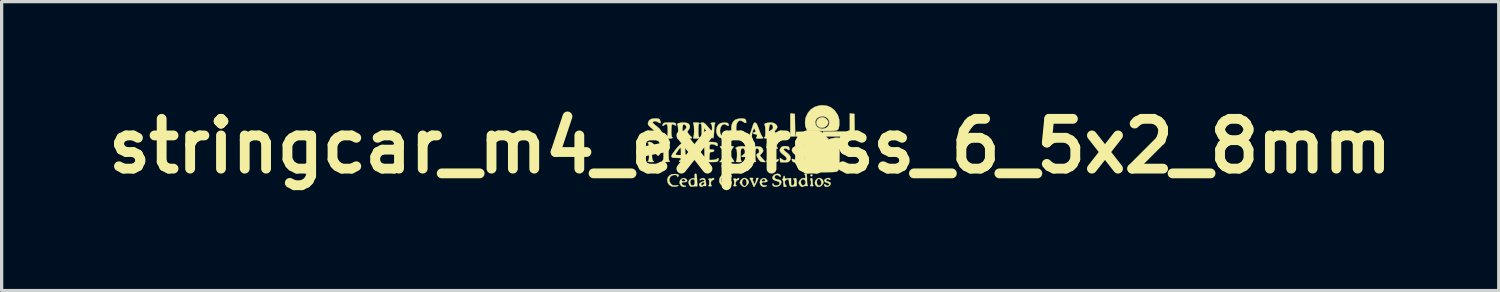
<source format=kicad_pcb>
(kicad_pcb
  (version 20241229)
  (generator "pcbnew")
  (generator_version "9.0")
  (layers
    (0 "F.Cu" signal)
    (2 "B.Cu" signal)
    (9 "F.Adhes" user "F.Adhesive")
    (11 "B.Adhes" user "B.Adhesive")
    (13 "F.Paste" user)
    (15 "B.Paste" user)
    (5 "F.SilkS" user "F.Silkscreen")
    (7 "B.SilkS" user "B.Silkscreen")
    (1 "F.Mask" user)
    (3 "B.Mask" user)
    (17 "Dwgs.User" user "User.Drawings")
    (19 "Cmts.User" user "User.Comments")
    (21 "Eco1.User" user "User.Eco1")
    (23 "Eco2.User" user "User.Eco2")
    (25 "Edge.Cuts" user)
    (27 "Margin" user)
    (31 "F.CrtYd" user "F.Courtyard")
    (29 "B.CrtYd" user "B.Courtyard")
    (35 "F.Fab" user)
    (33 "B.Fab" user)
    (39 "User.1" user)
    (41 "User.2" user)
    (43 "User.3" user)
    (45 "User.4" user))
  (footprint "stringcar_m4_express_6_5x2_8mm"
    (layer "F.Cu")
    (at 19.892 1.418)
    (property "Reference" "stringcar_m4_express_6_5x2_8mm" (at 0 0 0) (layer "F.SilkS") (effects (font (size 1.524 1.524) (thickness 0.3))))
    (attr through_hole)
    (fp_poly (pts (xy 3.006 -0.296) (xy 2.223 -0.296) (xy 2.223 -0.445) (xy 3.006 -0.445) (xy 3.006 -0.296)) (stroke (width 0.01) (type solid)) (fill yes) (layer "F.SilkS"))
    (fp_poly (pts (xy 1.365 -0.984) (xy 1.371 -0.64) (xy 1.377 -0.296) (xy 1.228 -0.296) (xy 1.228 -0.998) (xy 1.365 -0.984)) (stroke (width 0.01) (type solid)) (fill yes) (layer "F.SilkS"))
    (fp_poly (pts (xy 3.117 -0.991) (xy 3.186 -0.984) (xy 3.197 -0.296) (xy 3.048 -0.296) (xy 3.048 -0.998) (xy 3.117 -0.991)) (stroke (width 0.01) (type solid)) (fill yes) (layer "F.SilkS"))
    (fp_poly (pts (xy 2.18 -0.296) (xy 1.394 -0.296) (xy 1.401 -0.365) (xy 1.408 -0.434) (xy 1.794 -0.44) (xy 2.18 -0.445) (xy 2.18 -0.296)) (stroke (width 0.01) (type solid)) (fill yes) (layer "F.SilkS"))
    (fp_poly (pts (xy 1.901 0.879) (xy 1.905 0.888) (xy 1.891 0.915) (xy 1.864 0.922) (xy 1.855 0.917) (xy 1.842 0.886) (xy 1.865 0.868) (xy 1.873 0.868) (xy 1.901 0.879)) (stroke (width 0.01) (type solid)) (fill yes) (layer "F.SilkS"))
    (fp_poly (pts (xy 2.326 -0.256) (xy 2.375 -0.249) (xy 2.396 -0.24) (xy 2.39 -0.233) (xy 2.329 -0.213) (xy 2.244 -0.204) (xy 2.152 -0.206) (xy 2.074 -0.218) (xy 1.979 -0.242) (xy 2.095 -0.253) (xy 2.178 -0.259) (xy 2.257 -0.259) (xy 2.326 -0.256)) (stroke (width 0.01) (type solid)) (fill yes) (layer "F.SilkS"))
    (fp_poly (pts (xy 2.29 -0.86) (xy 2.324 -0.836) (xy 2.378 -0.774) (xy 2.389 -0.71) (xy 2.358 -0.642) (xy 2.344 -0.626) (xy 2.279 -0.578) (xy 2.199 -0.558) (xy 2.127 -0.57) (xy 2.06 -0.616) (xy 2.025 -0.68) (xy 2.024 -0.75) (xy 2.057 -0.813) (xy 2.129 -0.868) (xy 2.209 -0.884) (xy 2.29 -0.86)) (stroke (width 0.01) (type solid)) (fill yes) (layer "F.SilkS"))
    (fp_poly (pts (xy 1.9 1.001) (xy 1.904 1.043) (xy 1.905 1.09) (xy 1.91 1.165) (xy 1.924 1.207) (xy 1.931 1.214) (xy 1.931 1.22) (xy 1.897 1.224) (xy 1.884 1.224) (xy 1.843 1.222) (xy 1.833 1.216) (xy 1.836 1.214) (xy 1.854 1.187) (xy 1.862 1.137) (xy 1.86 1.08) (xy 1.848 1.034) (xy 1.84 1.023) (xy 1.834 1.002) (xy 1.861 0.989) (xy 1.887 0.986) (xy 1.9 1.001)) (stroke (width 0.01) (type solid)) (fill yes) (layer "F.SilkS"))
    (fp_poly (pts (xy -1.115 0.979) (xy -1.101 1.004) (xy -1.119 1.03) (xy -1.148 1.041) (xy -1.183 1.056) (xy -1.2 1.097) (xy -1.203 1.12) (xy -1.2 1.178) (xy -1.182 1.209) (xy -1.178 1.221) (xy -1.214 1.226) (xy -1.228 1.226) (xy -1.269 1.222) (xy -1.279 1.216) (xy -1.275 1.214) (xy -1.258 1.186) (xy -1.249 1.13) (xy -1.249 1.109) (xy -1.255 1.044) (xy -1.271 1.016) (xy -1.275 1.015) (xy -1.28 1.007) (xy -1.259 0.996) (xy -1.22 0.991) (xy -1.204 1) (xy -1.184 1.006) (xy -1.176 0.997) (xy -1.147 0.976) (xy -1.115 0.979)) (stroke (width 0.01) (type solid)) (fill yes) (layer "F.SilkS"))
    (fp_poly (pts (xy -0.341 0.987) (xy -0.339 1.005) (xy -0.356 1.032) (xy -0.379 1.037) (xy -0.414 1.055) (xy -0.438 1.098) (xy -0.448 1.149) (xy -0.439 1.194) (xy -0.418 1.214) (xy -0.418 1.22) (xy -0.452 1.224) (xy -0.466 1.224) (xy -0.507 1.222) (xy -0.517 1.216) (xy -0.513 1.214) (xy -0.496 1.186) (xy -0.487 1.13) (xy -0.487 1.109) (xy -0.493 1.044) (xy -0.509 1.016) (xy -0.513 1.015) (xy -0.518 1.007) (xy -0.497 0.996) (xy -0.455 0.992) (xy -0.44 1.003) (xy -0.418 1.014) (xy -0.399 1) (xy -0.362 0.975) (xy -0.341 0.987)) (stroke (width 0.01) (type solid)) (fill yes) (layer "F.SilkS"))
    (fp_poly (pts (xy 0.246 0.98) (xy 0.25 0.99) (xy 0.237 1.016) (xy 0.213 1.068) (xy 0.186 1.127) (xy 0.155 1.19) (xy 0.129 1.234) (xy 0.116 1.249) (xy 0.101 1.231) (xy 0.083 1.188) (xy 0.082 1.187) (xy 0.057 1.125) (xy 0.025 1.056) (xy 0.022 1.049) (xy -0.017 0.974) (xy 0.05 0.974) (xy 0.091 0.978) (xy 0.091 0.99) (xy 0.088 0.992) (xy 0.073 1.011) (xy 0.078 1.045) (xy 0.096 1.092) (xy 0.132 1.175) (xy 0.162 1.103) (xy 0.18 1.048) (xy 0.183 1.007) (xy 0.182 1.003) (xy 0.188 0.979) (xy 0.214 0.974) (xy 0.246 0.98)) (stroke (width 0.01) (type solid)) (fill yes) (layer "F.SilkS"))
    (fp_poly (pts (xy 2.196 1.01) (xy 2.201 1.016) (xy 2.238 1.076) (xy 2.233 1.138) (xy 2.192 1.197) (xy 2.127 1.241) (xy 2.065 1.243) (xy 2.027 1.222) (xy 1.985 1.167) (xy 1.981 1.114) (xy 2.034 1.114) (xy 2.047 1.168) (xy 2.065 1.194) (xy 2.108 1.215) (xy 2.148 1.201) (xy 2.175 1.159) (xy 2.18 1.123) (xy 2.168 1.068) (xy 2.14 1.02) (xy 2.105 0.996) (xy 2.098 0.995) (xy 2.062 1.013) (xy 2.04 1.057) (xy 2.034 1.114) (xy 1.981 1.114) (xy 1.98 1.1) (xy 2.01 1.032) (xy 2.011 1.031) (xy 2.069 0.984) (xy 2.133 0.977) (xy 2.196 1.01)) (stroke (width 0.01) (type solid)) (fill yes) (layer "F.SilkS"))
    (fp_poly (pts (xy -1.593 -0.716) (xy -1.554 -0.707) (xy -1.545 -0.699) (xy -1.561 -0.678) (xy -1.566 -0.677) (xy -1.576 -0.657) (xy -1.583 -0.601) (xy -1.587 -0.516) (xy -1.587 -0.476) (xy -1.585 -0.381) (xy -1.58 -0.313) (xy -1.571 -0.278) (xy -1.566 -0.275) (xy -1.546 -0.259) (xy -1.545 -0.254) (xy -1.564 -0.242) (xy -1.613 -0.234) (xy -1.655 -0.233) (xy -1.718 -0.235) (xy -1.745 -0.242) (xy -1.741 -0.257) (xy -1.74 -0.258) (xy -1.727 -0.292) (xy -1.719 -0.356) (xy -1.714 -0.438) (xy -1.715 -0.525) (xy -1.719 -0.605) (xy -1.728 -0.666) (xy -1.74 -0.694) (xy -1.746 -0.709) (xy -1.722 -0.717) (xy -1.662 -0.72) (xy -1.655 -0.72) (xy -1.593 -0.716)) (stroke (width 0.01) (type solid)) (fill yes) (layer "F.SilkS"))
    (fp_poly (pts (xy -2.29 0.854) (xy -2.222 0.863) (xy -2.19 0.877) (xy -2.187 0.9) (xy -2.199 0.924) (xy -2.216 0.951) (xy -2.221 0.94) (xy -2.222 0.926) (xy -2.24 0.896) (xy -2.283 0.882) (xy -2.34 0.884) (xy -2.397 0.902) (xy -2.439 0.934) (xy -2.473 1.004) (xy -2.469 1.08) (xy -2.428 1.151) (xy -2.422 1.157) (xy -2.38 1.191) (xy -2.337 1.204) (xy -2.272 1.201) (xy -2.216 1.198) (xy -2.194 1.204) (xy -2.196 1.21) (xy -2.241 1.231) (xy -2.309 1.239) (xy -2.381 1.233) (xy -2.425 1.22) (xy -2.483 1.177) (xy -2.517 1.126) (xy -2.535 1.037) (xy -2.516 0.959) (xy -2.466 0.898) (xy -2.39 0.861) (xy -2.293 0.853) (xy -2.29 0.854)) (stroke (width 0.01) (type solid)) (fill yes) (layer "F.SilkS"))
    (fp_poly (pts (xy -0.12 0.991) (xy -0.07 1.034) (xy -0.044 1.088) (xy -0.042 1.102) (xy -0.058 1.148) (xy -0.096 1.198) (xy -0.143 1.236) (xy -0.18 1.249) (xy -0.217 1.235) (xy -0.262 1.2) (xy -0.266 1.197) (xy -0.301 1.153) (xy -0.317 1.117) (xy -0.318 1.115) (xy -0.315 1.107) (xy -0.252 1.107) (xy -0.244 1.159) (xy -0.222 1.193) (xy -0.183 1.223) (xy -0.152 1.22) (xy -0.131 1.202) (xy -0.11 1.157) (xy -0.108 1.095) (xy -0.122 1.038) (xy -0.139 1.015) (xy -0.18 1) (xy -0.215 1.017) (xy -0.241 1.056) (xy -0.252 1.107) (xy -0.315 1.107) (xy -0.3 1.065) (xy -0.259 1.016) (xy -0.209 0.981) (xy -0.178 0.974) (xy -0.12 0.991)) (stroke (width 0.01) (type solid)) (fill yes) (layer "F.SilkS"))
    (fp_poly (pts (xy 2.425 0.98) (xy 2.446 0.996) (xy 2.452 1.025) (xy 2.431 1.032) (xy 2.403 1.016) (xy 2.369 1) (xy 2.339 1.016) (xy 2.317 1.046) (xy 2.335 1.07) (xy 2.389 1.086) (xy 2.445 1.11) (xy 2.464 1.149) (xy 2.443 1.197) (xy 2.434 1.207) (xy 2.372 1.243) (xy 2.301 1.239) (xy 2.291 1.235) (xy 2.271 1.213) (xy 2.264 1.183) (xy 2.274 1.165) (xy 2.277 1.164) (xy 2.3 1.177) (xy 2.321 1.196) (xy 2.357 1.214) (xy 2.394 1.209) (xy 2.418 1.189) (xy 2.416 1.159) (xy 2.412 1.152) (xy 2.372 1.126) (xy 2.351 1.122) (xy 2.308 1.108) (xy 2.274 1.078) (xy 2.265 1.056) (xy 2.283 1.019) (xy 2.326 0.991) (xy 2.379 0.976) (xy 2.425 0.98)) (stroke (width 0.01) (type solid)) (fill yes) (layer "F.SilkS"))
    (fp_poly (pts (xy -0.199 -0.84) (xy -0.161 -0.83) (xy -0.14 -0.808) (xy -0.129 -0.781) (xy -0.12 -0.728) (xy -0.136 -0.707) (xy -0.177 -0.72) (xy -0.204 -0.739) (xy -0.276 -0.779) (xy -0.337 -0.778) (xy -0.385 -0.741) (xy -0.417 -0.67) (xy -0.43 -0.566) (xy -0.43 -0.55) (xy -0.42 -0.437) (xy -0.388 -0.359) (xy -0.337 -0.316) (xy -0.267 -0.311) (xy -0.194 -0.337) (xy -0.13 -0.364) (xy -0.098 -0.363) (xy -0.098 -0.335) (xy -0.106 -0.317) (xy -0.15 -0.274) (xy -0.222 -0.247) (xy -0.306 -0.236) (xy -0.391 -0.245) (xy -0.45 -0.266) (xy -0.516 -0.325) (xy -0.56 -0.415) (xy -0.577 -0.527) (xy -0.578 -0.54) (xy -0.563 -0.661) (xy -0.519 -0.751) (xy -0.446 -0.811) (xy -0.343 -0.84) (xy -0.267 -0.844) (xy -0.199 -0.84)) (stroke (width 0.01) (type solid)) (fill yes) (layer "F.SilkS"))
    (fp_poly (pts (xy 0.464 0.987) (xy 0.494 1.012) (xy 0.526 1.059) (xy 0.519 1.087) (xy 0.473 1.1) (xy 0.448 1.101) (xy 0.382 1.105) (xy 0.352 1.12) (xy 0.354 1.151) (xy 0.362 1.169) (xy 0.394 1.199) (xy 0.446 1.202) (xy 0.493 1.201) (xy 0.508 1.213) (xy 0.486 1.231) (xy 0.475 1.236) (xy 0.417 1.248) (xy 0.364 1.23) (xy 0.343 1.216) (xy 0.305 1.166) (xy 0.295 1.102) (xy 0.305 1.066) (xy 0.349 1.066) (xy 0.364 1.078) (xy 0.403 1.079) (xy 0.449 1.074) (xy 0.463 1.054) (xy 0.462 1.043) (xy 0.439 1.007) (xy 0.402 1.002) (xy 0.366 1.027) (xy 0.361 1.036) (xy 0.349 1.066) (xy 0.305 1.066) (xy 0.313 1.04) (xy 0.343 1.007) (xy 0.408 0.977) (xy 0.464 0.987)) (stroke (width 0.01) (type solid)) (fill yes) (layer "F.SilkS"))
    (fp_poly (pts (xy -1.99 0.986) (xy -1.959 1.007) (xy -1.927 1.052) (xy -1.934 1.084) (xy -1.98 1.099) (xy -2.012 1.101) (xy -2.067 1.103) (xy -2.09 1.115) (xy -2.092 1.143) (xy -2.092 1.148) (xy -2.075 1.184) (xy -2.032 1.203) (xy -2.011 1.207) (xy -1.966 1.216) (xy -1.96 1.225) (xy -1.976 1.233) (xy -2.04 1.248) (xy -2.093 1.227) (xy -2.117 1.206) (xy -2.149 1.156) (xy -2.159 1.111) (xy -2.143 1.048) (xy -2.143 1.048) (xy -2.095 1.048) (xy -2.077 1.073) (xy -2.031 1.079) (xy -1.988 1.077) (xy -1.979 1.062) (xy -1.991 1.036) (xy -2.022 1.004) (xy -2.046 1.004) (xy -2.079 1.015) (xy -2.087 1.016) (xy -2.095 1.033) (xy -2.095 1.048) (xy -2.143 1.048) (xy -2.101 1.002) (xy -2.047 0.979) (xy -1.99 0.986)) (stroke (width 0.01) (type solid)) (fill yes) (layer "F.SilkS"))
    (fp_poly (pts (xy -1.652 0.852) (xy -1.64 0.873) (xy -1.633 0.919) (xy -1.628 0.995) (xy -1.626 1.037) (xy -1.619 1.228) (xy -1.672 1.226) (xy -1.733 1.23) (xy -1.768 1.238) (xy -1.82 1.234) (xy -1.848 1.211) (xy -1.877 1.156) (xy -1.882 1.099) (xy -1.837 1.099) (xy -1.822 1.161) (xy -1.82 1.166) (xy -1.792 1.2) (xy -1.756 1.203) (xy -1.727 1.194) (xy -1.701 1.161) (xy -1.693 1.101) (xy -1.699 1.044) (xy -1.719 1.016) (xy -1.736 1.01) (xy -1.789 1.013) (xy -1.825 1.046) (xy -1.837 1.099) (xy -1.882 1.099) (xy -1.882 1.091) (xy -1.868 1.046) (xy -1.829 1.011) (xy -1.775 0.987) (xy -1.728 0.981) (xy -1.721 0.983) (xy -1.7 0.983) (xy -1.694 0.957) (xy -1.697 0.921) (xy -1.699 0.87) (xy -1.686 0.849) (xy -1.669 0.847) (xy -1.652 0.852)) (stroke (width 0.01) (type solid)) (fill yes) (layer "F.SilkS"))
    (fp_poly (pts (xy -1.391 0.998) (xy -1.364 1.056) (xy -1.354 1.12) (xy -1.349 1.184) (xy -1.352 1.215) (xy -1.367 1.222) (xy -1.39 1.218) (xy -1.432 1.217) (xy -1.45 1.228) (xy -1.483 1.248) (xy -1.525 1.235) (xy -1.547 1.215) (xy -1.562 1.172) (xy -1.559 1.167) (xy -1.503 1.167) (xy -1.497 1.195) (xy -1.469 1.203) (xy -1.468 1.203) (xy -1.428 1.18) (xy -1.411 1.16) (xy -1.398 1.121) (xy -1.419 1.105) (xy -1.459 1.111) (xy -1.49 1.134) (xy -1.503 1.167) (xy -1.559 1.167) (xy -1.538 1.13) (xy -1.481 1.097) (xy -1.464 1.091) (xy -1.418 1.073) (xy -1.397 1.055) (xy -1.397 1.053) (xy -1.414 1.029) (xy -1.454 1.021) (xy -1.498 1.03) (xy -1.506 1.034) (xy -1.538 1.047) (xy -1.545 1.037) (xy -1.528 1.013) (xy -1.491 0.99) (xy -1.432 0.976) (xy -1.391 0.998)) (stroke (width 0.01) (type solid)) (fill yes) (layer "F.SilkS"))
    (fp_poly (pts (xy -0.638 0.856) (xy -0.586 0.88) (xy -0.572 0.913) (xy -0.579 0.948) (xy -0.601 0.943) (xy -0.625 0.916) (xy -0.672 0.888) (xy -0.732 0.883) (xy -0.811 0.902) (xy -0.864 0.949) (xy -0.888 1.014) (xy -0.879 1.089) (xy -0.845 1.151) (xy -0.801 1.191) (xy -0.744 1.206) (xy -0.718 1.206) (xy -0.664 1.203) (xy -0.64 1.189) (xy -0.635 1.157) (xy -0.635 1.155) (xy -0.649 1.109) (xy -0.672 1.094) (xy -0.678 1.087) (xy -0.649 1.083) (xy -0.632 1.082) (xy -0.582 1.083) (xy -0.564 1.096) (xy -0.567 1.133) (xy -0.57 1.148) (xy -0.6 1.206) (xy -0.658 1.24) (xy -0.735 1.245) (xy -0.824 1.222) (xy -0.846 1.212) (xy -0.911 1.16) (xy -0.943 1.095) (xy -0.945 1.023) (xy -0.92 0.954) (xy -0.871 0.896) (xy -0.799 0.858) (xy -0.726 0.847) (xy -0.638 0.856)) (stroke (width 0.01) (type solid)) (fill yes) (layer "F.SilkS"))
    (fp_poly (pts (xy 1.495 0.005) (xy 1.546 0.027) (xy 1.566 0.051) (xy 1.576 0.099) (xy 1.559 0.114) (xy 1.519 0.096) (xy 1.518 0.095) (xy 1.469 0.071) (xy 1.435 0.064) (xy 1.402 0.075) (xy 1.401 0.106) (xy 1.427 0.147) (xy 1.479 0.193) (xy 1.483 0.196) (xy 1.563 0.268) (xy 1.602 0.342) (xy 1.601 0.41) (xy 1.576 0.455) (xy 1.524 0.482) (xy 1.439 0.495) (xy 1.399 0.496) (xy 1.337 0.493) (xy 1.303 0.477) (xy 1.285 0.45) (xy 1.272 0.405) (xy 1.288 0.389) (xy 1.334 0.403) (xy 1.355 0.413) (xy 1.408 0.433) (xy 1.448 0.437) (xy 1.452 0.436) (xy 1.479 0.408) (xy 1.479 0.363) (xy 1.454 0.317) (xy 1.423 0.292) (xy 1.332 0.227) (xy 1.283 0.164) (xy 1.275 0.104) (xy 1.308 0.046) (xy 1.312 0.042) (xy 1.363 0.013) (xy 1.429 0.000442) (xy 1.495 0.005)) (stroke (width 0.01) (type solid)) (fill yes) (layer "F.SilkS"))
    (fp_poly (pts (xy 1.894 -0.243) (xy 1.992 -0.212) (xy 1.993 -0.212) (xy 2.118 -0.177) (xy 2.257 -0.174) (xy 2.397 -0.204) (xy 2.418 -0.212) (xy 2.503 -0.237) (xy 2.592 -0.252) (xy 2.63 -0.254) (xy 2.731 -0.254) (xy 2.731 0.22) (xy 2.73 0.375) (xy 2.729 0.493) (xy 2.727 0.58) (xy 2.723 0.643) (xy 2.717 0.685) (xy 2.708 0.714) (xy 2.696 0.735) (xy 2.69 0.744) (xy 2.675 0.761) (xy 2.657 0.774) (xy 2.631 0.783) (xy 2.59 0.789) (xy 2.528 0.793) (xy 2.44 0.795) (xy 2.318 0.797) (xy 2.23 0.798) (xy 2.069 0.799) (xy 1.938 0.797) (xy 1.841 0.792) (xy 1.78 0.785) (xy 1.765 0.78) (xy 1.736 0.762) (xy 1.714 0.736) (xy 1.697 0.698) (xy 1.686 0.641) (xy 1.678 0.561) (xy 1.674 0.452) (xy 1.672 0.31) (xy 1.672 0.2) (xy 1.672 -0.254) (xy 1.786 -0.254) (xy 1.894 -0.243)) (stroke (width 0.01) (type solid)) (fill yes) (layer "F.SilkS"))
    (fp_poly (pts (xy 0.893 0.859) (xy 0.926 0.889) (xy 0.931 0.915) (xy 0.928 0.946) (xy 0.914 0.938) (xy 0.905 0.928) (xy 0.853 0.887) (xy 0.798 0.884) (xy 0.772 0.897) (xy 0.743 0.937) (xy 0.75 0.976) (xy 0.791 1.007) (xy 0.826 1.017) (xy 0.899 1.034) (xy 0.938 1.058) (xy 0.952 1.097) (xy 0.953 1.111) (xy 0.934 1.17) (xy 0.886 1.215) (xy 0.821 1.24) (xy 0.752 1.241) (xy 0.714 1.226) (xy 0.687 1.197) (xy 0.678 1.165) (xy 0.69 1.144) (xy 0.699 1.143) (xy 0.717 1.16) (xy 0.72 1.175) (xy 0.737 1.197) (xy 0.779 1.206) (xy 0.831 1.203) (xy 0.875 1.187) (xy 0.889 1.175) (xy 0.907 1.132) (xy 0.884 1.096) (xy 0.823 1.07) (xy 0.802 1.065) (xy 0.724 1.039) (xy 0.686 0.999) (xy 0.685 0.944) (xy 0.694 0.923) (xy 0.73 0.88) (xy 0.783 0.855) (xy 0.841 0.848) (xy 0.893 0.859)) (stroke (width 0.01) (type solid)) (fill yes) (layer "F.SilkS"))
    (fp_poly (pts (xy 1.08 0.003) (xy 1.143 0.008) (xy 1.176 0.021) (xy 1.192 0.048) (xy 1.195 0.059) (xy 1.201 0.109) (xy 1.185 0.123) (xy 1.148 0.1) (xy 1.145 0.097) (xy 1.097 0.071) (xy 1.051 0.071) (xy 1.023 0.097) (xy 1.022 0.099) (xy 1.033 0.123) (xy 1.071 0.161) (xy 1.107 0.188) (xy 1.189 0.258) (xy 1.232 0.329) (xy 1.236 0.397) (xy 1.219 0.434) (xy 1.183 0.473) (xy 1.148 0.49) (xy 1.077 0.494) (xy 1.006 0.495) (xy 0.949 0.493) (xy 0.92 0.489) (xy 0.919 0.489) (xy 0.913 0.463) (xy 0.91 0.419) (xy 0.91 0.359) (xy 0.971 0.404) (xy 1.037 0.436) (xy 1.077 0.435) (xy 1.116 0.409) (xy 1.116 0.369) (xy 1.079 0.318) (xy 1.019 0.269) (xy 0.945 0.207) (xy 0.908 0.153) (xy 0.908 0.1) (xy 0.935 0.053) (xy 0.969 0.019) (xy 1.01 0.005) (xy 1.076 0.003) (xy 1.08 0.003)) (stroke (width 0.01) (type solid)) (fill yes) (layer "F.SilkS"))
    (fp_poly (pts (xy -2.377 -0.718) (xy -2.32 -0.712) (xy -2.289 -0.701) (xy -2.278 -0.686) (xy -2.266 -0.64) (xy -2.279 -0.628) (xy -2.317 -0.647) (xy -2.361 -0.667) (xy -2.391 -0.667) (xy -2.401 -0.642) (xy -2.408 -0.587) (xy -2.412 -0.515) (xy -2.413 -0.437) (xy -2.41 -0.364) (xy -2.404 -0.306) (xy -2.395 -0.277) (xy -2.392 -0.275) (xy -2.371 -0.259) (xy -2.371 -0.254) (xy -2.39 -0.241) (xy -2.437 -0.234) (xy -2.466 -0.233) (xy -2.523 -0.237) (xy -2.557 -0.247) (xy -2.561 -0.253) (xy -2.546 -0.281) (xy -2.54 -0.286) (xy -2.53 -0.312) (xy -2.523 -0.369) (xy -2.519 -0.447) (xy -2.519 -0.478) (xy -2.523 -0.583) (xy -2.535 -0.648) (xy -2.558 -0.676) (xy -2.593 -0.67) (xy -2.626 -0.645) (xy -2.665 -0.619) (xy -2.682 -0.628) (xy -2.672 -0.667) (xy -2.668 -0.676) (xy -2.652 -0.697) (xy -2.626 -0.711) (xy -2.581 -0.717) (xy -2.506 -0.72) (xy -2.467 -0.72) (xy -2.377 -0.718)) (stroke (width 0.01) (type solid)) (fill yes) (layer "F.SilkS"))
    (fp_poly (pts (xy -0.76 -0.716) (xy -0.7 -0.708) (xy -0.671 -0.691) (xy -0.66 -0.661) (xy -0.659 -0.625) (xy -0.675 -0.617) (xy -0.715 -0.638) (xy -0.732 -0.649) (xy -0.782 -0.671) (xy -0.829 -0.663) (xy -0.835 -0.661) (xy -0.882 -0.618) (xy -0.912 -0.55) (xy -0.925 -0.469) (xy -0.917 -0.39) (xy -0.887 -0.326) (xy -0.886 -0.325) (xy -0.849 -0.304) (xy -0.802 -0.296) (xy -0.757 -0.303) (xy -0.742 -0.329) (xy -0.741 -0.348) (xy -0.749 -0.393) (xy -0.762 -0.413) (xy -0.784 -0.437) (xy -0.768 -0.456) (xy -0.718 -0.465) (xy -0.704 -0.466) (xy -0.624 -0.466) (xy -0.624 -0.371) (xy -0.627 -0.31) (xy -0.641 -0.278) (xy -0.674 -0.259) (xy -0.686 -0.254) (xy -0.785 -0.235) (xy -0.88 -0.243) (xy -0.929 -0.262) (xy -0.991 -0.318) (xy -1.026 -0.395) (xy -1.036 -0.482) (xy -1.021 -0.569) (xy -0.982 -0.643) (xy -0.918 -0.695) (xy -0.909 -0.699) (xy -0.852 -0.712) (xy -0.779 -0.717) (xy -0.76 -0.716)) (stroke (width 0.01) (type solid)) (fill yes) (layer "F.SilkS"))
    (fp_poly (pts (xy 1.712 0.849) (xy 1.726 0.862) (xy 1.733 0.895) (xy 1.735 0.954) (xy 1.736 1.025) (xy 1.739 1.128) (xy 1.748 1.19) (xy 1.762 1.216) (xy 1.763 1.221) (xy 1.73 1.219) (xy 1.721 1.218) (xy 1.67 1.217) (xy 1.641 1.227) (xy 1.64 1.228) (xy 1.607 1.248) (xy 1.56 1.235) (xy 1.524 1.206) (xy 1.487 1.147) (xy 1.49 1.106) (xy 1.546 1.106) (xy 1.558 1.158) (xy 1.588 1.196) (xy 1.619 1.206) (xy 1.653 1.193) (xy 1.668 1.181) (xy 1.694 1.134) (xy 1.693 1.082) (xy 1.671 1.038) (xy 1.633 1.012) (xy 1.587 1.016) (xy 1.583 1.019) (xy 1.553 1.054) (xy 1.546 1.106) (xy 1.49 1.106) (xy 1.492 1.085) (xy 1.536 1.023) (xy 1.593 0.983) (xy 1.642 0.979) (xy 1.681 0.98) (xy 1.693 0.954) (xy 1.693 0.943) (xy 1.682 0.894) (xy 1.668 0.872) (xy 1.657 0.853) (xy 1.683 0.847) (xy 1.689 0.847) (xy 1.712 0.849)) (stroke (width 0.01) (type solid)) (fill yes) (layer "F.SilkS"))
    (fp_poly (pts (xy -0.18 0.009) (xy -0.107 0.044) (xy -0.062 0.099) (xy -0.044 0.165) (xy -0.054 0.231) (xy -0.092 0.288) (xy -0.157 0.325) (xy -0.171 0.329) (xy -0.226 0.333) (xy -0.259 0.322) (xy -0.265 0.303) (xy -0.236 0.281) (xy -0.228 0.277) (xy -0.174 0.238) (xy -0.156 0.179) (xy -0.169 0.118) (xy -0.195 0.075) (xy -0.236 0.067) (xy -0.238 0.067) (xy -0.262 0.074) (xy -0.276 0.09) (xy -0.285 0.126) (xy -0.29 0.19) (xy -0.292 0.251) (xy -0.292 0.354) (xy -0.285 0.426) (xy -0.273 0.457) (xy -0.265 0.475) (xy -0.283 0.484) (xy -0.335 0.487) (xy -0.351 0.487) (xy -0.411 0.485) (xy -0.434 0.477) (xy -0.428 0.461) (xy -0.415 0.429) (xy -0.406 0.369) (xy -0.402 0.294) (xy -0.402 0.215) (xy -0.407 0.146) (xy -0.416 0.096) (xy -0.427 0.08) (xy -0.449 0.064) (xy -0.437 0.046) (xy -0.4 0.029) (xy -0.346 0.014) (xy -0.285 0.005) (xy -0.224 0.003) (xy -0.18 0.009)) (stroke (width 0.01) (type solid)) (fill yes) (layer "F.SilkS"))
    (fp_poly (pts (xy 2.345 -1.234) (xy 2.461 -1.188) (xy 2.564 -1.107) (xy 2.596 -1.072) (xy 2.679 -0.95) (xy 2.721 -0.817) (xy 2.725 -0.669) (xy 2.725 -0.668) (xy 2.718 -0.604) (xy 2.71 -0.555) (xy 2.696 -0.519) (xy 2.67 -0.494) (xy 2.627 -0.478) (xy 2.561 -0.47) (xy 2.468 -0.466) (xy 2.342 -0.466) (xy 2.212 -0.466) (xy 1.758 -0.466) (xy 1.725 -0.516) (xy 1.691 -0.598) (xy 1.678 -0.702) (xy 1.679 -0.727) (xy 1.99 -0.727) (xy 2.008 -0.645) (xy 2.057 -0.582) (xy 2.129 -0.542) (xy 2.215 -0.53) (xy 2.305 -0.55) (xy 2.327 -0.56) (xy 2.387 -0.613) (xy 2.418 -0.687) (xy 2.414 -0.769) (xy 2.41 -0.782) (xy 2.368 -0.849) (xy 2.305 -0.892) (xy 2.229 -0.909) (xy 2.151 -0.904) (xy 2.079 -0.876) (xy 2.023 -0.828) (xy 1.993 -0.76) (xy 1.99 -0.727) (xy 1.679 -0.727) (xy 1.685 -0.813) (xy 1.702 -0.883) (xy 1.768 -1.02) (xy 1.862 -1.127) (xy 1.981 -1.202) (xy 2.121 -1.242) (xy 2.206 -1.248) (xy 2.345 -1.234)) (stroke (width 0.01) (type solid)) (fill yes) (layer "F.SilkS"))
    (fp_poly (pts (xy 0.736 0.003) (xy 0.794 0.013) (xy 0.825 0.031) (xy 0.826 0.032) (xy 0.843 0.066) (xy 0.827 0.08) (xy 0.781 0.071) (xy 0.763 0.064) (xy 0.695 0.047) (xy 0.652 0.061) (xy 0.638 0.106) (xy 0.639 0.122) (xy 0.654 0.167) (xy 0.693 0.185) (xy 0.705 0.187) (xy 0.747 0.201) (xy 0.754 0.223) (xy 0.726 0.241) (xy 0.697 0.244) (xy 0.665 0.248) (xy 0.65 0.269) (xy 0.646 0.317) (xy 0.646 0.339) (xy 0.648 0.398) (xy 0.66 0.427) (xy 0.688 0.438) (xy 0.705 0.441) (xy 0.768 0.434) (xy 0.816 0.414) (xy 0.855 0.395) (xy 0.867 0.409) (xy 0.855 0.453) (xy 0.84 0.47) (xy 0.807 0.48) (xy 0.746 0.486) (xy 0.66 0.487) (xy 0.571 0.486) (xy 0.52 0.481) (xy 0.499 0.473) (xy 0.504 0.461) (xy 0.516 0.43) (xy 0.524 0.369) (xy 0.528 0.292) (xy 0.529 0.21) (xy 0.526 0.134) (xy 0.519 0.078) (xy 0.508 0.053) (xy 0.486 0.029) (xy 0.504 0.013) (xy 0.563 0.003) (xy 0.643 0) (xy 0.736 0.003)) (stroke (width 0.01) (type solid)) (fill yes) (layer "F.SilkS"))
    (fp_poly (pts (xy 0.152 -0.716) (xy 0.177 -0.704) (xy 0.201 -0.673) (xy 0.228 -0.614) (xy 0.263 -0.523) (xy 0.269 -0.508) (xy 0.302 -0.42) (xy 0.334 -0.347) (xy 0.36 -0.298) (xy 0.371 -0.283) (xy 0.397 -0.258) (xy 0.392 -0.242) (xy 0.351 -0.235) (xy 0.282 -0.233) (xy 0.214 -0.235) (xy 0.183 -0.241) (xy 0.183 -0.254) (xy 0.186 -0.258) (xy 0.208 -0.296) (xy 0.209 -0.337) (xy 0.191 -0.361) (xy 0.185 -0.362) (xy 0.139 -0.367) (xy 0.129 -0.368) (xy 0.096 -0.383) (xy 0.092 -0.407) (xy 0.117 -0.423) (xy 0.127 -0.423) (xy 0.159 -0.43) (xy 0.161 -0.46) (xy 0.158 -0.471) (xy 0.14 -0.516) (xy 0.127 -0.536) (xy 0.112 -0.531) (xy 0.093 -0.495) (xy 0.074 -0.441) (xy 0.058 -0.38) (xy 0.05 -0.323) (xy 0.051 -0.285) (xy 0.056 -0.25) (xy 0.039 -0.236) (xy -0.009 -0.233) (xy -0.086 -0.233) (xy -0.045 -0.291) (xy -0.02 -0.338) (xy 0.011 -0.412) (xy 0.041 -0.501) (xy 0.052 -0.536) (xy 0.08 -0.624) (xy 0.101 -0.679) (xy 0.119 -0.707) (xy 0.139 -0.716) (xy 0.152 -0.716)) (stroke (width 0.01) (type solid)) (fill yes) (layer "F.SilkS"))
    (fp_poly (pts (xy -2.829 -0.841) (xy -2.789 -0.832) (xy -2.767 -0.812) (xy -2.753 -0.777) (xy -2.738 -0.726) (xy -2.741 -0.703) (xy -2.768 -0.705) (xy -2.824 -0.733) (xy -2.856 -0.751) (xy -2.907 -0.765) (xy -2.954 -0.758) (xy -2.982 -0.733) (xy -2.985 -0.72) (xy -2.969 -0.698) (xy -2.927 -0.66) (xy -2.869 -0.614) (xy -2.868 -0.614) (xy -2.775 -0.532) (xy -2.717 -0.452) (xy -2.696 -0.378) (xy -2.713 -0.312) (xy -2.764 -0.261) (xy -2.81 -0.244) (xy -2.877 -0.232) (xy -2.953 -0.226) (xy -3.023 -0.226) (xy -3.073 -0.234) (xy -3.089 -0.243) (xy -3.11 -0.286) (xy -3.119 -0.334) (xy -3.113 -0.368) (xy -3.109 -0.372) (xy -3.081 -0.368) (xy -3.039 -0.343) (xy -3.034 -0.34) (xy -2.968 -0.304) (xy -2.908 -0.3) (xy -2.864 -0.329) (xy -2.857 -0.34) (xy -2.848 -0.356) (xy -2.845 -0.371) (xy -2.852 -0.388) (xy -2.873 -0.414) (xy -2.912 -0.453) (xy -2.974 -0.51) (xy -3.063 -0.59) (xy -3.066 -0.593) (xy -3.111 -0.639) (xy -3.127 -0.677) (xy -3.123 -0.715) (xy -3.093 -0.783) (xy -3.038 -0.825) (xy -2.954 -0.843) (xy -2.899 -0.844) (xy -2.829 -0.841)) (stroke (width 0.01) (type solid)) (fill yes) (layer "F.SilkS"))
    (fp_poly (pts (xy -1.954 -0.711) (xy -1.901 -0.694) (xy -1.889 -0.687) (xy -1.85 -0.637) (xy -1.845 -0.574) (xy -1.874 -0.509) (xy -1.887 -0.494) (xy -1.916 -0.459) (xy -1.919 -0.432) (xy -1.896 -0.391) (xy -1.894 -0.387) (xy -1.855 -0.336) (xy -1.817 -0.3) (xy -1.782 -0.266) (xy -1.787 -0.243) (xy -1.831 -0.236) (xy -1.847 -0.237) (xy -1.893 -0.248) (xy -1.933 -0.279) (xy -1.978 -0.337) (xy -1.985 -0.347) (xy -2.054 -0.45) (xy -2 -0.499) (xy -1.964 -0.541) (xy -1.947 -0.577) (xy -1.947 -0.58) (xy -1.963 -0.623) (xy -1.998 -0.656) (xy -2.038 -0.665) (xy -2.043 -0.664) (xy -2.058 -0.638) (xy -2.069 -0.582) (xy -2.075 -0.507) (xy -2.076 -0.425) (xy -2.072 -0.349) (xy -2.062 -0.289) (xy -2.049 -0.258) (xy -2.043 -0.243) (xy -2.067 -0.235) (xy -2.127 -0.233) (xy -2.138 -0.233) (xy -2.203 -0.235) (xy -2.231 -0.242) (xy -2.229 -0.256) (xy -2.227 -0.258) (xy -2.214 -0.293) (xy -2.205 -0.356) (xy -2.201 -0.436) (xy -2.203 -0.518) (xy -2.208 -0.59) (xy -2.219 -0.64) (xy -2.226 -0.651) (xy -2.232 -0.675) (xy -2.205 -0.695) (xy -2.155 -0.709) (xy -2.09 -0.717) (xy -2.02 -0.718) (xy -1.954 -0.711)) (stroke (width 0.01) (type solid)) (fill yes) (layer "F.SilkS"))
    (fp_poly (pts (xy 0.259 0.013) (xy 0.308 0.021) (xy 0.34 0.038) (xy 0.362 0.061) (xy 0.396 0.117) (xy 0.394 0.165) (xy 0.355 0.218) (xy 0.349 0.224) (xy 0.314 0.262) (xy 0.297 0.286) (xy 0.296 0.287) (xy 0.31 0.307) (xy 0.344 0.348) (xy 0.384 0.392) (xy 0.471 0.487) (xy 0.394 0.487) (xy 0.343 0.481) (xy 0.305 0.459) (xy 0.263 0.411) (xy 0.254 0.399) (xy 0.207 0.322) (xy 0.193 0.267) (xy 0.214 0.235) (xy 0.234 0.226) (xy 0.264 0.209) (xy 0.273 0.172) (xy 0.271 0.144) (xy 0.261 0.096) (xy 0.238 0.076) (xy 0.212 0.074) (xy 0.186 0.076) (xy 0.17 0.087) (xy 0.161 0.117) (xy 0.156 0.172) (xy 0.153 0.251) (xy 0.152 0.354) (xy 0.159 0.426) (xy 0.171 0.457) (xy 0.179 0.475) (xy 0.161 0.484) (xy 0.109 0.487) (xy 0.094 0.487) (xy 0.034 0.485) (xy 0.01 0.477) (xy 0.017 0.461) (xy 0.03 0.428) (xy 0.039 0.368) (xy 0.043 0.292) (xy 0.042 0.213) (xy 0.037 0.143) (xy 0.027 0.094) (xy 0.016 0.078) (xy 0.000246 0.064) (xy 0.015 0.042) (xy 0.051 0.026) (xy 0.12 0.015) (xy 0.181 0.013) (xy 0.259 0.013)) (stroke (width 0.01) (type solid)) (fill yes) (layer "F.SilkS"))
    (fp_poly (pts (xy -1.081 -0.717) (xy -1.068 -0.705) (xy -1.076 -0.692) (xy -1.087 -0.66) (xy -1.096 -0.596) (xy -1.103 -0.512) (xy -1.105 -0.456) (xy -1.111 -0.347) (xy -1.12 -0.274) (xy -1.133 -0.241) (xy -1.136 -0.239) (xy -1.158 -0.251) (xy -1.199 -0.29) (xy -1.251 -0.35) (xy -1.284 -0.392) (xy -1.408 -0.552) (xy -1.414 -0.423) (xy -1.414 -0.34) (xy -1.404 -0.282) (xy -1.395 -0.263) (xy -1.386 -0.243) (xy -1.406 -0.234) (xy -1.447 -0.233) (xy -1.497 -0.238) (xy -1.523 -0.251) (xy -1.524 -0.254) (xy -1.508 -0.275) (xy -1.503 -0.275) (xy -1.493 -0.295) (xy -1.486 -0.351) (xy -1.482 -0.436) (xy -1.482 -0.476) (xy -1.484 -0.571) (xy -1.49 -0.639) (xy -1.499 -0.674) (xy -1.503 -0.677) (xy -1.523 -0.693) (xy -1.524 -0.699) (xy -1.506 -0.713) (xy -1.462 -0.72) (xy -1.422 -0.713) (xy -1.383 -0.688) (xy -1.335 -0.639) (xy -1.301 -0.598) (xy -1.25 -0.538) (xy -1.209 -0.492) (xy -1.184 -0.47) (xy -1.183 -0.469) (xy -1.171 -0.482) (xy -1.165 -0.523) (xy -1.165 -0.576) (xy -1.17 -0.627) (xy -1.18 -0.661) (xy -1.185 -0.667) (xy -1.207 -0.691) (xy -1.191 -0.71) (xy -1.142 -0.719) (xy -1.13 -0.72) (xy -1.081 -0.717)) (stroke (width 0.01) (type solid)) (fill yes) (layer "F.SilkS"))
    (fp_poly (pts (xy 0.714 -0.707) (xy 0.777 -0.674) (xy 0.817 -0.628) (xy 0.829 -0.576) (xy 0.807 -0.525) (xy 0.781 -0.5) (xy 0.749 -0.457) (xy 0.753 -0.402) (xy 0.791 -0.344) (xy 0.826 -0.314) (xy 0.874 -0.273) (xy 0.884 -0.247) (xy 0.856 -0.235) (xy 0.817 -0.233) (xy 0.772 -0.238) (xy 0.738 -0.257) (xy 0.702 -0.302) (xy 0.68 -0.335) (xy 0.636 -0.407) (xy 0.618 -0.452) (xy 0.623 -0.479) (xy 0.651 -0.496) (xy 0.656 -0.497) (xy 0.688 -0.526) (xy 0.699 -0.576) (xy 0.688 -0.627) (xy 0.667 -0.656) (xy 0.633 -0.672) (xy 0.603 -0.656) (xy 0.588 -0.624) (xy 0.578 -0.564) (xy 0.571 -0.488) (xy 0.571 -0.41) (xy 0.575 -0.342) (xy 0.585 -0.296) (xy 0.593 -0.286) (xy 0.615 -0.262) (xy 0.598 -0.243) (xy 0.547 -0.234) (xy 0.519 -0.233) (xy 0.462 -0.237) (xy 0.428 -0.248) (xy 0.423 -0.254) (xy 0.439 -0.275) (xy 0.445 -0.275) (xy 0.455 -0.294) (xy 0.462 -0.344) (xy 0.466 -0.413) (xy 0.465 -0.49) (xy 0.461 -0.563) (xy 0.453 -0.62) (xy 0.441 -0.651) (xy 0.441 -0.651) (xy 0.437 -0.675) (xy 0.468 -0.696) (xy 0.527 -0.711) (xy 0.606 -0.719) (xy 0.632 -0.72) (xy 0.714 -0.707)) (stroke (width 0.01) (type solid)) (fill yes) (layer "F.SilkS"))
    (fp_poly (pts (xy -2.02 -0.098) (xy -2.004 -0.08) (xy -1.994 -0.037) (xy -1.99 0.038) (xy -1.99 0.092) (xy -1.989 0.18) (xy -1.984 0.234) (xy -1.975 0.264) (xy -1.958 0.278) (xy -1.947 0.281) (xy -1.913 0.301) (xy -1.905 0.318) (xy -1.923 0.343) (xy -1.947 0.354) (xy -1.983 0.378) (xy -1.985 0.417) (xy -1.953 0.457) (xy -1.938 0.473) (xy -1.948 0.481) (xy -1.989 0.485) (xy -2.048 0.486) (xy -2.116 0.484) (xy -2.164 0.477) (xy -2.18 0.468) (xy -2.163 0.445) (xy -2.148 0.437) (xy -2.12 0.409) (xy -2.117 0.392) (xy -2.125 0.374) (xy -2.157 0.364) (xy -2.22 0.36) (xy -2.252 0.36) (xy -2.336 0.357) (xy -2.389 0.346) (xy -2.41 0.322) (xy -2.4 0.281) (xy -2.388 0.261) (xy -2.286 0.261) (xy -2.267 0.27) (xy -2.22 0.275) (xy -2.201 0.275) (xy -2.117 0.275) (xy -2.117 0.159) (xy -2.119 0.095) (xy -2.126 0.053) (xy -2.133 0.043) (xy -2.151 0.059) (xy -2.184 0.1) (xy -2.222 0.152) (xy -2.257 0.205) (xy -2.281 0.246) (xy -2.286 0.261) (xy -2.388 0.261) (xy -2.361 0.216) (xy -2.295 0.127) (xy -2.206 0.018) (xy -2.134 -0.055) (xy -2.075 -0.094) (xy -2.028 -0.1) (xy -2.02 -0.098)) (stroke (width 0.01) (type solid)) (fill yes) (layer "F.SilkS"))
    (fp_poly (pts (xy 1.054 0.928) (xy 1.058 0.955) (xy 1.063 0.983) (xy 1.083 0.993) (xy 1.13 0.992) (xy 1.154 0.99) (xy 1.249 0.979) (xy 1.249 1.094) (xy 1.25 1.16) (xy 1.257 1.194) (xy 1.274 1.204) (xy 1.296 1.203) (xy 1.329 1.19) (xy 1.345 1.155) (xy 1.351 1.113) (xy 1.348 1.048) (xy 1.33 1.013) (xy 1.315 0.998) (xy 1.326 0.995) (xy 1.368 0.988) (xy 1.383 0.983) (xy 1.401 0.984) (xy 1.412 1.009) (xy 1.419 1.067) (xy 1.422 1.1) (xy 1.424 1.171) (xy 1.421 1.21) (xy 1.408 1.224) (xy 1.386 1.225) (xy 1.33 1.23) (xy 1.304 1.238) (xy 1.251 1.245) (xy 1.213 1.212) (xy 1.192 1.143) (xy 1.189 1.114) (xy 1.184 1.052) (xy 1.172 1.024) (xy 1.145 1.02) (xy 1.106 1.029) (xy 1.072 1.048) (xy 1.059 1.089) (xy 1.058 1.114) (xy 1.068 1.172) (xy 1.09 1.199) (xy 1.111 1.219) (xy 1.11 1.23) (xy 1.079 1.248) (xy 1.039 1.242) (xy 1.03 1.235) (xy 1.021 1.207) (xy 1.016 1.153) (xy 1.016 1.129) (xy 1.011 1.067) (xy 0.995 1.038) (xy 0.991 1.037) (xy 0.976 1.031) (xy 0.991 1.012) (xy 1.013 0.969) (xy 1.016 0.948) (xy 1.026 0.916) (xy 1.037 0.91) (xy 1.054 0.928)) (stroke (width 0.01) (type solid)) (fill yes) (layer "F.SilkS"))
    (fp_poly (pts (xy -1.134 -0.124) (xy -1.062 -0.115) (xy -1.019 -0.098) (xy -0.999 -0.069) (xy -0.995 -0.038) (xy -0.999 -0.008) (xy -1.017 -0.004) (xy -1.059 -0.027) (xy -1.068 -0.033) (xy -1.128 -0.056) (xy -1.179 -0.06) (xy -1.219 -0.05) (xy -1.238 -0.022) (xy -1.245 0.026) (xy -1.247 0.078) (xy -1.234 0.101) (xy -1.194 0.106) (xy -1.174 0.106) (xy -1.123 0.11) (xy -1.104 0.125) (xy -1.105 0.143) (xy -1.129 0.172) (xy -1.175 0.18) (xy -1.211 0.182) (xy -1.23 0.195) (xy -1.239 0.229) (xy -1.244 0.295) (xy -1.245 0.302) (xy -1.251 0.423) (xy -1.147 0.423) (xy -1.067 0.416) (xy -1.019 0.395) (xy -1.016 0.392) (xy -0.985 0.369) (xy -0.968 0.38) (xy -0.971 0.418) (xy -0.978 0.435) (xy -0.991 0.458) (xy -1.008 0.473) (xy -1.04 0.482) (xy -1.094 0.486) (xy -1.178 0.487) (xy -1.22 0.487) (xy -1.321 0.485) (xy -1.394 0.479) (xy -1.434 0.471) (xy -1.439 0.466) (xy -1.423 0.445) (xy -1.418 0.445) (xy -1.409 0.424) (xy -1.402 0.366) (xy -1.398 0.276) (xy -1.397 0.192) (xy -1.399 0.086) (xy -1.403 0.002) (xy -1.411 -0.054) (xy -1.418 -0.074) (xy -1.44 -0.097) (xy -1.423 -0.113) (xy -1.365 -0.123) (xy -1.266 -0.127) (xy -1.242 -0.127) (xy -1.134 -0.124)) (stroke (width 0.01) (type solid)) (fill yes) (layer "F.SilkS"))
    (fp_poly (pts (xy -0.54 0.003) (xy -0.51 0.009) (xy -0.508 0.012) (xy -0.519 0.035) (xy -0.547 0.08) (xy -0.572 0.116) (xy -0.607 0.172) (xy -0.63 0.215) (xy -0.635 0.229) (xy -0.624 0.256) (xy -0.595 0.307) (xy -0.561 0.36) (xy -0.522 0.418) (xy -0.496 0.461) (xy -0.487 0.478) (xy -0.506 0.483) (xy -0.555 0.486) (xy -0.595 0.487) (xy -0.658 0.485) (xy -0.685 0.478) (xy -0.684 0.464) (xy -0.679 0.456) (xy -0.666 0.425) (xy -0.681 0.385) (xy -0.689 0.371) (xy -0.725 0.316) (xy -0.756 0.361) (xy -0.776 0.41) (xy -0.777 0.446) (xy -0.775 0.472) (xy -0.796 0.484) (xy -0.849 0.487) (xy -0.852 0.487) (xy -0.939 0.487) (xy -0.895 0.439) (xy -0.854 0.388) (xy -0.812 0.326) (xy -0.808 0.32) (xy -0.765 0.248) (xy -0.82 0.162) (xy -0.858 0.104) (xy -0.892 0.058) (xy -0.903 0.047) (xy -0.925 0.021) (xy -0.923 0.007) (xy -0.889 0.001) (xy -0.824 0) (xy -0.761 0.002) (xy -0.732 0.01) (xy -0.726 0.027) (xy -0.729 0.038) (xy -0.727 0.085) (xy -0.712 0.116) (xy -0.689 0.142) (xy -0.673 0.135) (xy -0.656 0.105) (xy -0.64 0.065) (xy -0.653 0.047) (xy -0.653 0.047) (xy -0.679 0.03) (xy -0.669 0.014) (xy -0.629 0.002) (xy -0.593 0) (xy -0.54 0.003)) (stroke (width 0.01) (type solid)) (fill yes) (layer "F.SilkS"))
    (fp_poly (pts (xy -2.48 -0.121) (xy -2.455 -0.104) (xy -2.468 -0.08) (xy -2.477 -0.074) (xy -2.485 -0.048) (xy -2.492 0.012) (xy -2.496 0.1) (xy -2.498 0.192) (xy -2.496 0.303) (xy -2.491 0.385) (xy -2.484 0.433) (xy -2.477 0.445) (xy -2.456 0.461) (xy -2.455 0.466) (xy -2.475 0.477) (xy -2.525 0.484) (xy -2.586 0.487) (xy -2.656 0.486) (xy -2.691 0.482) (xy -2.698 0.472) (xy -2.684 0.452) (xy -2.68 0.447) (xy -2.661 0.417) (xy -2.651 0.371) (xy -2.649 0.3) (xy -2.65 0.243) (xy -2.656 0.079) (xy -2.727 0.188) (xy -2.766 0.245) (xy -2.799 0.284) (xy -2.814 0.296) (xy -2.836 0.281) (xy -2.876 0.243) (xy -2.918 0.196) (xy -3.004 0.095) (xy -3.005 0.252) (xy -3.002 0.346) (xy -2.992 0.407) (xy -2.973 0.445) (xy -2.971 0.448) (xy -2.952 0.472) (xy -2.958 0.483) (xy -2.995 0.487) (xy -3.034 0.487) (xy -3.092 0.483) (xy -3.127 0.472) (xy -3.133 0.466) (xy -3.117 0.445) (xy -3.111 0.445) (xy -3.102 0.424) (xy -3.095 0.366) (xy -3.091 0.276) (xy -3.09 0.192) (xy -3.092 0.086) (xy -3.097 0.002) (xy -3.104 -0.054) (xy -3.111 -0.074) (xy -3.133 -0.099) (xy -3.117 -0.12) (xy -3.073 -0.127) (xy -3.018 -0.113) (xy -2.96 -0.067) (xy -2.892 0.013) (xy -2.859 0.058) (xy -2.826 0.102) (xy -2.801 0.126) (xy -2.796 0.127) (xy -2.778 0.11) (xy -2.749 0.067) (xy -2.731 0.037) (xy -2.684 -0.044) (xy -2.644 -0.093) (xy -2.603 -0.118) (xy -2.553 -0.127) (xy -2.537 -0.127) (xy -2.48 -0.121)) (stroke (width 0.01) (type solid)) (fill yes) (layer "F.SilkS")))
  (gr_rect
    (start -3 -3)
    (end 42.784 5.836)
    (stroke (width 0.1) (type default))
    (fill no)
    (layer "Edge.Cuts")))
</source>
